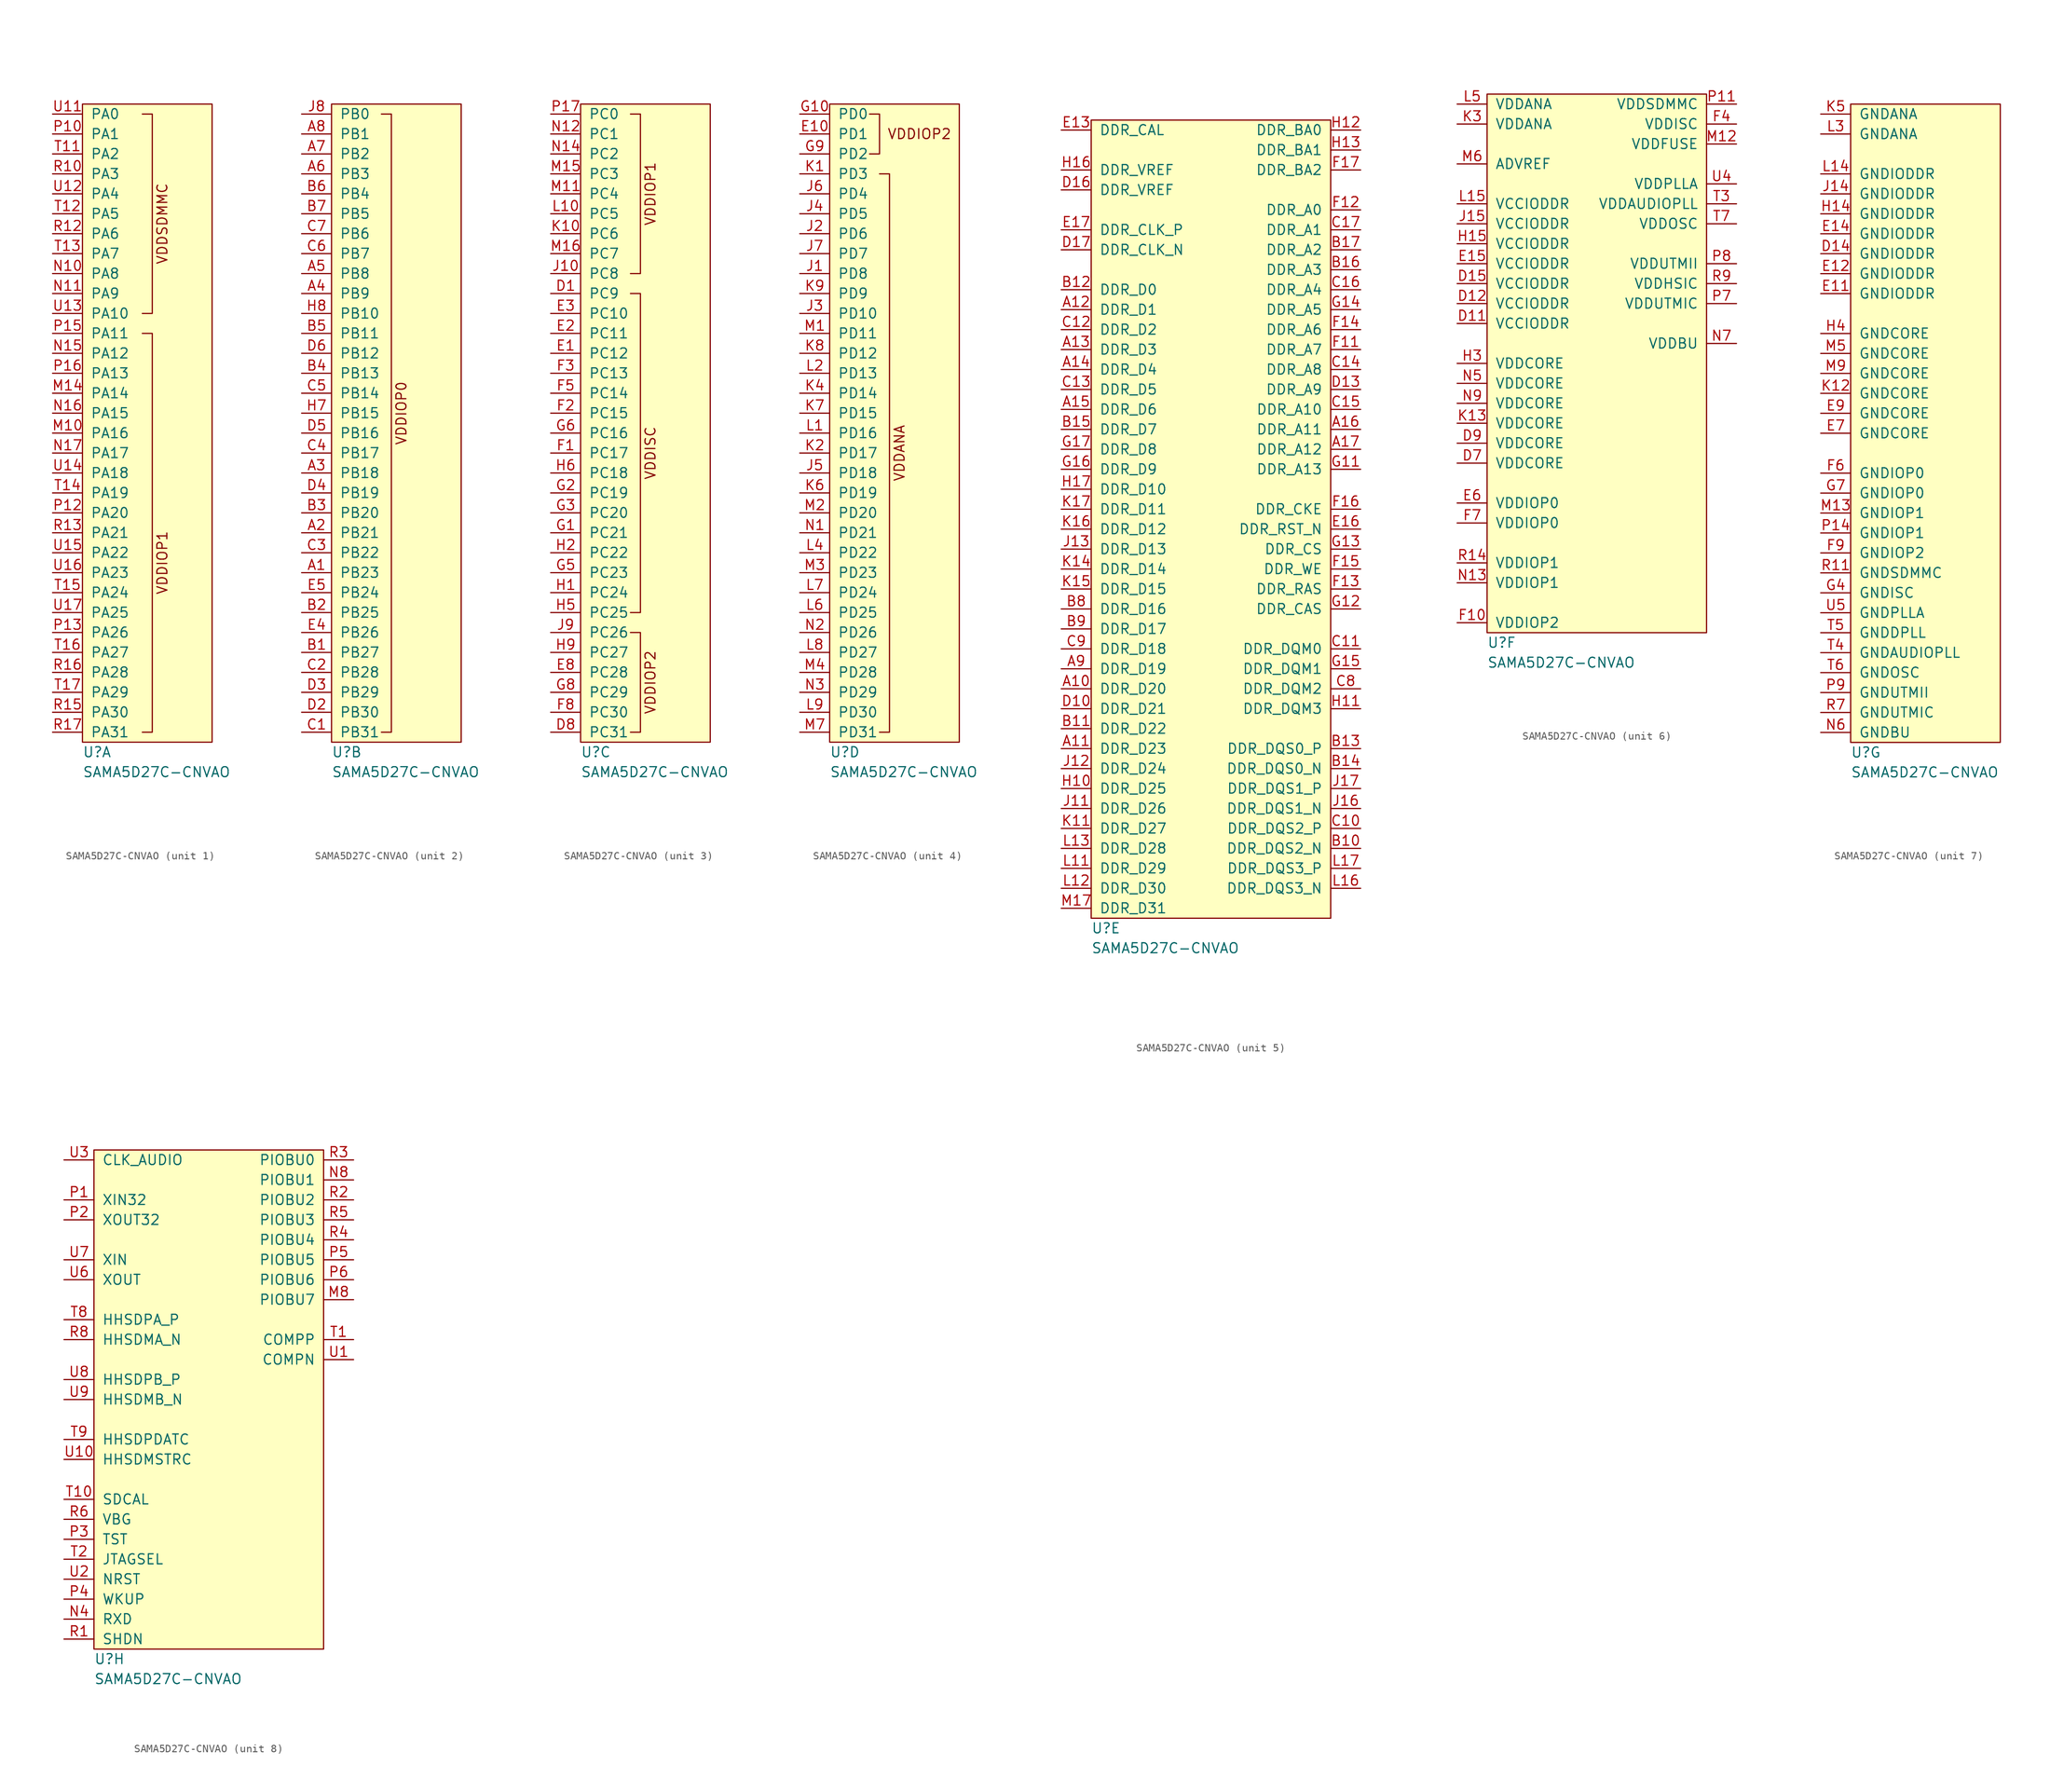
<source format=kicad_sym>
(kicad_symbol_lib
  (version 20211014)
  (generator kicad_symbol_editor)
  (symbol "SAMA5D27C-CNVAO"
    (pin_names
      (offset 1.016))
    (property "Reference" "U"
      (at 0 -1.27 0)
      (effects (font (size 1.27 1.27)) (justify left)))
    (property "Value" "SAMA5D27C-CNVAO"
      (at 0 -3.81 0)
      (effects (font (size 1.27 1.27)) (justify left)))
    (property "ki_locked" ""
      (at 0 0 0)
      (effects (font (size 1.27 1.27))))
    (symbol "SAMA5D27C-CNVAO_1_0"
      (polyline (pts (xy 7.62 52.07) (xy 8.89 52.07) (xy 8.89 1.27) (xy 7.62 1.27)) (stroke (width 0) (type default) (color 0 0 0 0)) (fill (type none)))
      (polyline (pts (xy 7.62 80.01) (xy 8.89 80.01) (xy 8.89 54.61) (xy 7.62 54.61)) (stroke (width 0) (type default) (color 0 0 0 0)) (fill (type none)))
      (text "VDDIOP1" (at 10.16 22.86 900) (effects (font (size 1.27 1.27))))
      (text "VDDSDMMC" (at 10.16 66.04 900) (effects (font (size 1.27 1.27)))))
    (symbol "SAMA5D27C-CNVAO_1_1"
      (rectangle (start 0 81.28) (end 16.51 0) (stroke (width 0) (type default) (color 0 0 0 0)) (fill (type background)))
      (pin bidirectional line (at -3.81 39.37 0) (length 3.81) (name "PA16" (effects (font (size 1.27 1.27)))) (number "M10" (effects (font (size 1.27 1.27)))))
      (pin bidirectional line (at -3.81 44.45 0) (length 3.81) (name "PA14" (effects (font (size 1.27 1.27)))) (number "M14" (effects (font (size 1.27 1.27)))))
      (pin bidirectional line (at -3.81 59.69 0) (length 3.81) (name "PA8" (effects (font (size 1.27 1.27)))) (number "N10" (effects (font (size 1.27 1.27)))))
      (pin bidirectional line (at -3.81 57.15 0) (length 3.81) (name "PA9" (effects (font (size 1.27 1.27)))) (number "N11" (effects (font (size 1.27 1.27)))))
      (pin bidirectional line (at -3.81 49.53 0) (length 3.81) (name "PA12" (effects (font (size 1.27 1.27)))) (number "N15" (effects (font (size 1.27 1.27)))))
      (pin bidirectional line (at -3.81 41.91 0) (length 3.81) (name "PA15" (effects (font (size 1.27 1.27)))) (number "N16" (effects (font (size 1.27 1.27)))))
      (pin bidirectional line (at -3.81 36.83 0) (length 3.81) (name "PA17" (effects (font (size 1.27 1.27)))) (number "N17" (effects (font (size 1.27 1.27)))))
      (pin bidirectional line (at -3.81 77.47 0) (length 3.81) (name "PA1" (effects (font (size 1.27 1.27)))) (number "P10" (effects (font (size 1.27 1.27)))))
      (pin bidirectional line (at -3.81 29.21 0) (length 3.81) (name "PA20" (effects (font (size 1.27 1.27)))) (number "P12" (effects (font (size 1.27 1.27)))))
      (pin bidirectional line (at -3.81 13.97 0) (length 3.81) (name "PA26" (effects (font (size 1.27 1.27)))) (number "P13" (effects (font (size 1.27 1.27)))))
      (pin bidirectional line (at -3.81 52.07 0) (length 3.81) (name "PA11" (effects (font (size 1.27 1.27)))) (number "P15" (effects (font (size 1.27 1.27)))))
      (pin bidirectional line (at -3.81 46.99 0) (length 3.81) (name "PA13" (effects (font (size 1.27 1.27)))) (number "P16" (effects (font (size 1.27 1.27)))))
      (pin bidirectional line (at -3.81 72.39 0) (length 3.81) (name "PA3" (effects (font (size 1.27 1.27)))) (number "R10" (effects (font (size 1.27 1.27)))))
      (pin bidirectional line (at -3.81 64.77 0) (length 3.81) (name "PA6" (effects (font (size 1.27 1.27)))) (number "R12" (effects (font (size 1.27 1.27)))))
      (pin bidirectional line (at -3.81 26.67 0) (length 3.81) (name "PA21" (effects (font (size 1.27 1.27)))) (number "R13" (effects (font (size 1.27 1.27)))))
      (pin bidirectional line (at -3.81 3.81 0) (length 3.81) (name "PA30" (effects (font (size 1.27 1.27)))) (number "R15" (effects (font (size 1.27 1.27)))))
      (pin bidirectional line (at -3.81 8.89 0) (length 3.81) (name "PA28" (effects (font (size 1.27 1.27)))) (number "R16" (effects (font (size 1.27 1.27)))))
      (pin bidirectional line (at -3.81 1.27 0) (length 3.81) (name "PA31" (effects (font (size 1.27 1.27)))) (number "R17" (effects (font (size 1.27 1.27)))))
      (pin bidirectional line (at -3.81 74.93 0) (length 3.81) (name "PA2" (effects (font (size 1.27 1.27)))) (number "T11" (effects (font (size 1.27 1.27)))))
      (pin bidirectional line (at -3.81 67.31 0) (length 3.81) (name "PA5" (effects (font (size 1.27 1.27)))) (number "T12" (effects (font (size 1.27 1.27)))))
      (pin bidirectional line (at -3.81 62.23 0) (length 3.81) (name "PA7" (effects (font (size 1.27 1.27)))) (number "T13" (effects (font (size 1.27 1.27)))))
      (pin bidirectional line (at -3.81 31.75 0) (length 3.81) (name "PA19" (effects (font (size 1.27 1.27)))) (number "T14" (effects (font (size 1.27 1.27)))))
      (pin bidirectional line (at -3.81 19.05 0) (length 3.81) (name "PA24" (effects (font (size 1.27 1.27)))) (number "T15" (effects (font (size 1.27 1.27)))))
      (pin bidirectional line (at -3.81 11.43 0) (length 3.81) (name "PA27" (effects (font (size 1.27 1.27)))) (number "T16" (effects (font (size 1.27 1.27)))))
      (pin bidirectional line (at -3.81 6.35 0) (length 3.81) (name "PA29" (effects (font (size 1.27 1.27)))) (number "T17" (effects (font (size 1.27 1.27)))))
      (pin bidirectional line (at -3.81 80.01 0) (length 3.81) (name "PA0" (effects (font (size 1.27 1.27)))) (number "U11" (effects (font (size 1.27 1.27)))))
      (pin bidirectional line (at -3.81 69.85 0) (length 3.81) (name "PA4" (effects (font (size 1.27 1.27)))) (number "U12" (effects (font (size 1.27 1.27)))))
      (pin bidirectional line (at -3.81 54.61 0) (length 3.81) (name "PA10" (effects (font (size 1.27 1.27)))) (number "U13" (effects (font (size 1.27 1.27)))))
      (pin bidirectional line (at -3.81 34.29 0) (length 3.81) (name "PA18" (effects (font (size 1.27 1.27)))) (number "U14" (effects (font (size 1.27 1.27)))))
      (pin bidirectional line (at -3.81 24.13 0) (length 3.81) (name "PA22" (effects (font (size 1.27 1.27)))) (number "U15" (effects (font (size 1.27 1.27)))))
      (pin bidirectional line (at -3.81 21.59 0) (length 3.81) (name "PA23" (effects (font (size 1.27 1.27)))) (number "U16" (effects (font (size 1.27 1.27)))))
      (pin bidirectional line (at -3.81 16.51 0) (length 3.81) (name "PA25" (effects (font (size 1.27 1.27)))) (number "U17" (effects (font (size 1.27 1.27))))))
    (symbol "SAMA5D27C-CNVAO_2_0"
      (polyline (pts (xy 6.35 80.01) (xy 7.62 80.01) (xy 7.62 1.27) (xy 6.35 1.27)) (stroke (width 0) (type default) (color 0 0 0 0)) (fill (type none)))
      (rectangle (start 16.51 0) (end 0 81.28) (stroke (width 0) (type default) (color 0 0 0 0)) (fill (type background)))
      (text "VDDIOP0" (at 8.89 41.91 900) (effects (font (size 1.27 1.27)))))
    (symbol "SAMA5D27C-CNVAO_2_1"
      (pin bidirectional line (at -3.81 21.59 0) (length 3.81) (name "PB23" (effects (font (size 1.27 1.27)))) (number "A1" (effects (font (size 1.27 1.27)))))
      (pin bidirectional line (at -3.81 26.67 0) (length 3.81) (name "PB21" (effects (font (size 1.27 1.27)))) (number "A2" (effects (font (size 1.27 1.27)))))
      (pin bidirectional line (at -3.81 34.29 0) (length 3.81) (name "PB18" (effects (font (size 1.27 1.27)))) (number "A3" (effects (font (size 1.27 1.27)))))
      (pin bidirectional line (at -3.81 57.15 0) (length 3.81) (name "PB9" (effects (font (size 1.27 1.27)))) (number "A4" (effects (font (size 1.27 1.27)))))
      (pin bidirectional line (at -3.81 59.69 0) (length 3.81) (name "PB8" (effects (font (size 1.27 1.27)))) (number "A5" (effects (font (size 1.27 1.27)))))
      (pin bidirectional line (at -3.81 72.39 0) (length 3.81) (name "PB3" (effects (font (size 1.27 1.27)))) (number "A6" (effects (font (size 1.27 1.27)))))
      (pin bidirectional line (at -3.81 74.93 0) (length 3.81) (name "PB2" (effects (font (size 1.27 1.27)))) (number "A7" (effects (font (size 1.27 1.27)))))
      (pin bidirectional line (at -3.81 77.47 0) (length 3.81) (name "PB1" (effects (font (size 1.27 1.27)))) (number "A8" (effects (font (size 1.27 1.27)))))
      (pin bidirectional line (at -3.81 11.43 0) (length 3.81) (name "PB27" (effects (font (size 1.27 1.27)))) (number "B1" (effects (font (size 1.27 1.27)))))
      (pin bidirectional line (at -3.81 16.51 0) (length 3.81) (name "PB25" (effects (font (size 1.27 1.27)))) (number "B2" (effects (font (size 1.27 1.27)))))
      (pin bidirectional line (at -3.81 29.21 0) (length 3.81) (name "PB20" (effects (font (size 1.27 1.27)))) (number "B3" (effects (font (size 1.27 1.27)))))
      (pin bidirectional line (at -3.81 46.99 0) (length 3.81) (name "PB13" (effects (font (size 1.27 1.27)))) (number "B4" (effects (font (size 1.27 1.27)))))
      (pin bidirectional line (at -3.81 52.07 0) (length 3.81) (name "PB11" (effects (font (size 1.27 1.27)))) (number "B5" (effects (font (size 1.27 1.27)))))
      (pin bidirectional line (at -3.81 69.85 0) (length 3.81) (name "PB4" (effects (font (size 1.27 1.27)))) (number "B6" (effects (font (size 1.27 1.27)))))
      (pin bidirectional line (at -3.81 67.31 0) (length 3.81) (name "PB5" (effects (font (size 1.27 1.27)))) (number "B7" (effects (font (size 1.27 1.27)))))
      (pin bidirectional line (at -3.81 1.27 0) (length 3.81) (name "PB31" (effects (font (size 1.27 1.27)))) (number "C1" (effects (font (size 1.27 1.27)))))
      (pin bidirectional line (at -3.81 8.89 0) (length 3.81) (name "PB28" (effects (font (size 1.27 1.27)))) (number "C2" (effects (font (size 1.27 1.27)))))
      (pin bidirectional line (at -3.81 24.13 0) (length 3.81) (name "PB22" (effects (font (size 1.27 1.27)))) (number "C3" (effects (font (size 1.27 1.27)))))
      (pin bidirectional line (at -3.81 36.83 0) (length 3.81) (name "PB17" (effects (font (size 1.27 1.27)))) (number "C4" (effects (font (size 1.27 1.27)))))
      (pin bidirectional line (at -3.81 44.45 0) (length 3.81) (name "PB14" (effects (font (size 1.27 1.27)))) (number "C5" (effects (font (size 1.27 1.27)))))
      (pin bidirectional line (at -3.81 62.23 0) (length 3.81) (name "PB7" (effects (font (size 1.27 1.27)))) (number "C6" (effects (font (size 1.27 1.27)))))
      (pin bidirectional line (at -3.81 64.77 0) (length 3.81) (name "PB6" (effects (font (size 1.27 1.27)))) (number "C7" (effects (font (size 1.27 1.27)))))
      (pin bidirectional line (at -3.81 3.81 0) (length 3.81) (name "PB30" (effects (font (size 1.27 1.27)))) (number "D2" (effects (font (size 1.27 1.27)))))
      (pin bidirectional line (at -3.81 6.35 0) (length 3.81) (name "PB29" (effects (font (size 1.27 1.27)))) (number "D3" (effects (font (size 1.27 1.27)))))
      (pin bidirectional line (at -3.81 31.75 0) (length 3.81) (name "PB19" (effects (font (size 1.27 1.27)))) (number "D4" (effects (font (size 1.27 1.27)))))
      (pin bidirectional line (at -3.81 39.37 0) (length 3.81) (name "PB16" (effects (font (size 1.27 1.27)))) (number "D5" (effects (font (size 1.27 1.27)))))
      (pin bidirectional line (at -3.81 49.53 0) (length 3.81) (name "PB12" (effects (font (size 1.27 1.27)))) (number "D6" (effects (font (size 1.27 1.27)))))
      (pin bidirectional line (at -3.81 13.97 0) (length 3.81) (name "PB26" (effects (font (size 1.27 1.27)))) (number "E4" (effects (font (size 1.27 1.27)))))
      (pin bidirectional line (at -3.81 19.05 0) (length 3.81) (name "PB24" (effects (font (size 1.27 1.27)))) (number "E5" (effects (font (size 1.27 1.27)))))
      (pin bidirectional line (at -3.81 41.91 0) (length 3.81) (name "PB15" (effects (font (size 1.27 1.27)))) (number "H7" (effects (font (size 1.27 1.27)))))
      (pin bidirectional line (at -3.81 54.61 0) (length 3.81) (name "PB10" (effects (font (size 1.27 1.27)))) (number "H8" (effects (font (size 1.27 1.27)))))
      (pin bidirectional line (at -3.81 80.01 0) (length 3.81) (name "PB0" (effects (font (size 1.27 1.27)))) (number "J8" (effects (font (size 1.27 1.27))))))
    (symbol "SAMA5D27C-CNVAO_3_0"
      (polyline (pts (xy 6.35 13.97) (xy 7.62 13.97) (xy 7.62 1.27) (xy 6.35 1.27)) (stroke (width 0) (type default) (color 0 0 0 0)) (fill (type none)))
      (polyline (pts (xy 6.35 57.15) (xy 7.62 57.15) (xy 7.62 16.51) (xy 6.35 16.51)) (stroke (width 0) (type default) (color 0 0 0 0)) (fill (type none)))
      (polyline (pts (xy 6.35 80.01) (xy 7.62 80.01) (xy 7.62 59.69) (xy 6.35 59.69)) (stroke (width 0) (type default) (color 0 0 0 0)) (fill (type none)))
      (rectangle (start 16.51 81.28) (end 0 0) (stroke (width 0) (type default) (color 0 0 0 0)) (fill (type background)))
      (text "VDDIOP1" (at 8.89 69.85 900) (effects (font (size 1.27 1.27))))
      (text "VDDIOP2" (at 8.89 7.62 900) (effects (font (size 1.27 1.27))))
      (text "VDDISC" (at 8.89 36.83 900) (effects (font (size 1.27 1.27)))))
    (symbol "SAMA5D27C-CNVAO_3_1"
      (pin bidirectional line (at -3.81 57.15 0) (length 3.81) (name "PC9" (effects (font (size 1.27 1.27)))) (number "D1" (effects (font (size 1.27 1.27)))))
      (pin bidirectional line (at -3.81 1.27 0) (length 3.81) (name "PC31" (effects (font (size 1.27 1.27)))) (number "D8" (effects (font (size 1.27 1.27)))))
      (pin bidirectional line (at -3.81 49.53 0) (length 3.81) (name "PC12" (effects (font (size 1.27 1.27)))) (number "E1" (effects (font (size 1.27 1.27)))))
      (pin bidirectional line (at -3.81 52.07 0) (length 3.81) (name "PC11" (effects (font (size 1.27 1.27)))) (number "E2" (effects (font (size 1.27 1.27)))))
      (pin bidirectional line (at -3.81 54.61 0) (length 3.81) (name "PC10" (effects (font (size 1.27 1.27)))) (number "E3" (effects (font (size 1.27 1.27)))))
      (pin bidirectional line (at -3.81 8.89 0) (length 3.81) (name "PC28" (effects (font (size 1.27 1.27)))) (number "E8" (effects (font (size 1.27 1.27)))))
      (pin bidirectional line (at -3.81 36.83 0) (length 3.81) (name "PC17" (effects (font (size 1.27 1.27)))) (number "F1" (effects (font (size 1.27 1.27)))))
      (pin bidirectional line (at -3.81 41.91 0) (length 3.81) (name "PC15" (effects (font (size 1.27 1.27)))) (number "F2" (effects (font (size 1.27 1.27)))))
      (pin bidirectional line (at -3.81 46.99 0) (length 3.81) (name "PC13" (effects (font (size 1.27 1.27)))) (number "F3" (effects (font (size 1.27 1.27)))))
      (pin bidirectional line (at -3.81 44.45 0) (length 3.81) (name "PC14" (effects (font (size 1.27 1.27)))) (number "F5" (effects (font (size 1.27 1.27)))))
      (pin bidirectional line (at -3.81 3.81 0) (length 3.81) (name "PC30" (effects (font (size 1.27 1.27)))) (number "F8" (effects (font (size 1.27 1.27)))))
      (pin bidirectional line (at -3.81 26.67 0) (length 3.81) (name "PC21" (effects (font (size 1.27 1.27)))) (number "G1" (effects (font (size 1.27 1.27)))))
      (pin bidirectional line (at -3.81 31.75 0) (length 3.81) (name "PC19" (effects (font (size 1.27 1.27)))) (number "G2" (effects (font (size 1.27 1.27)))))
      (pin bidirectional line (at -3.81 29.21 0) (length 3.81) (name "PC20" (effects (font (size 1.27 1.27)))) (number "G3" (effects (font (size 1.27 1.27)))))
      (pin bidirectional line (at -3.81 21.59 0) (length 3.81) (name "PC23" (effects (font (size 1.27 1.27)))) (number "G5" (effects (font (size 1.27 1.27)))))
      (pin bidirectional line (at -3.81 39.37 0) (length 3.81) (name "PC16" (effects (font (size 1.27 1.27)))) (number "G6" (effects (font (size 1.27 1.27)))))
      (pin bidirectional line (at -3.81 6.35 0) (length 3.81) (name "PC29" (effects (font (size 1.27 1.27)))) (number "G8" (effects (font (size 1.27 1.27)))))
      (pin bidirectional line (at -3.81 19.05 0) (length 3.81) (name "PC24" (effects (font (size 1.27 1.27)))) (number "H1" (effects (font (size 1.27 1.27)))))
      (pin bidirectional line (at -3.81 24.13 0) (length 3.81) (name "PC22" (effects (font (size 1.27 1.27)))) (number "H2" (effects (font (size 1.27 1.27)))))
      (pin bidirectional line (at -3.81 16.51 0) (length 3.81) (name "PC25" (effects (font (size 1.27 1.27)))) (number "H5" (effects (font (size 1.27 1.27)))))
      (pin bidirectional line (at -3.81 34.29 0) (length 3.81) (name "PC18" (effects (font (size 1.27 1.27)))) (number "H6" (effects (font (size 1.27 1.27)))))
      (pin bidirectional line (at -3.81 11.43 0) (length 3.81) (name "PC27" (effects (font (size 1.27 1.27)))) (number "H9" (effects (font (size 1.27 1.27)))))
      (pin bidirectional line (at -3.81 59.69 0) (length 3.81) (name "PC8" (effects (font (size 1.27 1.27)))) (number "J10" (effects (font (size 1.27 1.27)))))
      (pin bidirectional line (at -3.81 13.97 0) (length 3.81) (name "PC26" (effects (font (size 1.27 1.27)))) (number "J9" (effects (font (size 1.27 1.27)))))
      (pin bidirectional line (at -3.81 64.77 0) (length 3.81) (name "PC6" (effects (font (size 1.27 1.27)))) (number "K10" (effects (font (size 1.27 1.27)))))
      (pin bidirectional line (at -3.81 67.31 0) (length 3.81) (name "PC5" (effects (font (size 1.27 1.27)))) (number "L10" (effects (font (size 1.27 1.27)))))
      (pin bidirectional line (at -3.81 69.85 0) (length 3.81) (name "PC4" (effects (font (size 1.27 1.27)))) (number "M11" (effects (font (size 1.27 1.27)))))
      (pin bidirectional line (at -3.81 72.39 0) (length 3.81) (name "PC3" (effects (font (size 1.27 1.27)))) (number "M15" (effects (font (size 1.27 1.27)))))
      (pin bidirectional line (at -3.81 62.23 0) (length 3.81) (name "PC7" (effects (font (size 1.27 1.27)))) (number "M16" (effects (font (size 1.27 1.27)))))
      (pin bidirectional line (at -3.81 77.47 0) (length 3.81) (name "PC1" (effects (font (size 1.27 1.27)))) (number "N12" (effects (font (size 1.27 1.27)))))
      (pin bidirectional line (at -3.81 74.93 0) (length 3.81) (name "PC2" (effects (font (size 1.27 1.27)))) (number "N14" (effects (font (size 1.27 1.27)))))
      (pin bidirectional line (at -3.81 80.01 0) (length 3.81) (name "PC0" (effects (font (size 1.27 1.27)))) (number "P17" (effects (font (size 1.27 1.27))))))
    (symbol "SAMA5D27C-CNVAO_4_0"
      (polyline (pts (xy 5.08 80.01) (xy 6.35 80.01) (xy 6.35 74.93) (xy 5.08 74.93)) (stroke (width 0) (type default) (color 0 0 0 0)) (fill (type none)))
      (polyline (pts (xy 6.35 1.27) (xy 7.62 1.27) (xy 7.62 72.39) (xy 6.35 72.39)) (stroke (width 0) (type default) (color 0 0 0 0)) (fill (type none)))
      (rectangle (start 16.51 81.28) (end 0 0) (stroke (width 0) (type default) (color 0 0 0 0)) (fill (type background)))
      (text "VDDANA" (at 8.89 36.83 900) (effects (font (size 1.27 1.27))))
      (text "VDDIOP2" (at 11.43 77.47 0) (effects (font (size 1.27 1.27)))))
    (symbol "SAMA5D27C-CNVAO_4_1"
      (pin bidirectional line (at -3.81 77.47 0) (length 3.81) (name "PD1" (effects (font (size 1.27 1.27)))) (number "E10" (effects (font (size 1.27 1.27)))))
      (pin bidirectional line (at -3.81 80.01 0) (length 3.81) (name "PD0" (effects (font (size 1.27 1.27)))) (number "G10" (effects (font (size 1.27 1.27)))))
      (pin bidirectional line (at -3.81 74.93 0) (length 3.81) (name "PD2" (effects (font (size 1.27 1.27)))) (number "G9" (effects (font (size 1.27 1.27)))))
      (pin bidirectional line (at -3.81 59.69 0) (length 3.81) (name "PD8" (effects (font (size 1.27 1.27)))) (number "J1" (effects (font (size 1.27 1.27)))))
      (pin bidirectional line (at -3.81 64.77 0) (length 3.81) (name "PD6" (effects (font (size 1.27 1.27)))) (number "J2" (effects (font (size 1.27 1.27)))))
      (pin bidirectional line (at -3.81 54.61 0) (length 3.81) (name "PD10" (effects (font (size 1.27 1.27)))) (number "J3" (effects (font (size 1.27 1.27)))))
      (pin bidirectional line (at -3.81 67.31 0) (length 3.81) (name "PD5" (effects (font (size 1.27 1.27)))) (number "J4" (effects (font (size 1.27 1.27)))))
      (pin bidirectional line (at -3.81 34.29 0) (length 3.81) (name "PD18" (effects (font (size 1.27 1.27)))) (number "J5" (effects (font (size 1.27 1.27)))))
      (pin bidirectional line (at -3.81 69.85 0) (length 3.81) (name "PD4" (effects (font (size 1.27 1.27)))) (number "J6" (effects (font (size 1.27 1.27)))))
      (pin bidirectional line (at -3.81 62.23 0) (length 3.81) (name "PD7" (effects (font (size 1.27 1.27)))) (number "J7" (effects (font (size 1.27 1.27)))))
      (pin bidirectional line (at -3.81 72.39 0) (length 3.81) (name "PD3" (effects (font (size 1.27 1.27)))) (number "K1" (effects (font (size 1.27 1.27)))))
      (pin bidirectional line (at -3.81 36.83 0) (length 3.81) (name "PD17" (effects (font (size 1.27 1.27)))) (number "K2" (effects (font (size 1.27 1.27)))))
      (pin bidirectional line (at -3.81 44.45 0) (length 3.81) (name "PD14" (effects (font (size 1.27 1.27)))) (number "K4" (effects (font (size 1.27 1.27)))))
      (pin bidirectional line (at -3.81 31.75 0) (length 3.81) (name "PD19" (effects (font (size 1.27 1.27)))) (number "K6" (effects (font (size 1.27 1.27)))))
      (pin bidirectional line (at -3.81 41.91 0) (length 3.81) (name "PD15" (effects (font (size 1.27 1.27)))) (number "K7" (effects (font (size 1.27 1.27)))))
      (pin bidirectional line (at -3.81 49.53 0) (length 3.81) (name "PD12" (effects (font (size 1.27 1.27)))) (number "K8" (effects (font (size 1.27 1.27)))))
      (pin bidirectional line (at -3.81 57.15 0) (length 3.81) (name "PD9" (effects (font (size 1.27 1.27)))) (number "K9" (effects (font (size 1.27 1.27)))))
      (pin bidirectional line (at -3.81 39.37 0) (length 3.81) (name "PD16" (effects (font (size 1.27 1.27)))) (number "L1" (effects (font (size 1.27 1.27)))))
      (pin bidirectional line (at -3.81 46.99 0) (length 3.81) (name "PD13" (effects (font (size 1.27 1.27)))) (number "L2" (effects (font (size 1.27 1.27)))))
      (pin bidirectional line (at -3.81 24.13 0) (length 3.81) (name "PD22" (effects (font (size 1.27 1.27)))) (number "L4" (effects (font (size 1.27 1.27)))))
      (pin bidirectional line (at -3.81 16.51 0) (length 3.81) (name "PD25" (effects (font (size 1.27 1.27)))) (number "L6" (effects (font (size 1.27 1.27)))))
      (pin bidirectional line (at -3.81 19.05 0) (length 3.81) (name "PD24" (effects (font (size 1.27 1.27)))) (number "L7" (effects (font (size 1.27 1.27)))))
      (pin bidirectional line (at -3.81 11.43 0) (length 3.81) (name "PD27" (effects (font (size 1.27 1.27)))) (number "L8" (effects (font (size 1.27 1.27)))))
      (pin bidirectional line (at -3.81 3.81 0) (length 3.81) (name "PD30" (effects (font (size 1.27 1.27)))) (number "L9" (effects (font (size 1.27 1.27)))))
      (pin bidirectional line (at -3.81 52.07 0) (length 3.81) (name "PD11" (effects (font (size 1.27 1.27)))) (number "M1" (effects (font (size 1.27 1.27)))))
      (pin bidirectional line (at -3.81 29.21 0) (length 3.81) (name "PD20" (effects (font (size 1.27 1.27)))) (number "M2" (effects (font (size 1.27 1.27)))))
      (pin bidirectional line (at -3.81 21.59 0) (length 3.81) (name "PD23" (effects (font (size 1.27 1.27)))) (number "M3" (effects (font (size 1.27 1.27)))))
      (pin bidirectional line (at -3.81 8.89 0) (length 3.81) (name "PD28" (effects (font (size 1.27 1.27)))) (number "M4" (effects (font (size 1.27 1.27)))))
      (pin bidirectional line (at -3.81 1.27 0) (length 3.81) (name "PD31" (effects (font (size 1.27 1.27)))) (number "M7" (effects (font (size 1.27 1.27)))))
      (pin bidirectional line (at -3.81 26.67 0) (length 3.81) (name "PD21" (effects (font (size 1.27 1.27)))) (number "N1" (effects (font (size 1.27 1.27)))))
      (pin bidirectional line (at -3.81 13.97 0) (length 3.81) (name "PD26" (effects (font (size 1.27 1.27)))) (number "N2" (effects (font (size 1.27 1.27)))))
      (pin bidirectional line (at -3.81 6.35 0) (length 3.81) (name "PD29" (effects (font (size 1.27 1.27)))) (number "N3" (effects (font (size 1.27 1.27))))))
    (symbol "SAMA5D27C-CNVAO_5_0"
      (rectangle (start 0 101.6) (end 30.48 0) (stroke (width 0) (type default) (color 0 0 0 0)) (fill (type background))))
    (symbol "SAMA5D27C-CNVAO_5_1"
      (pin bidirectional line (at -3.81 29.21 0) (length 3.81) (name "DDR_D20" (effects (font (size 1.27 1.27)))) (number "A10" (effects (font (size 1.27 1.27)))))
      (pin bidirectional line (at -3.81 21.59 0) (length 3.81) (name "DDR_D23" (effects (font (size 1.27 1.27)))) (number "A11" (effects (font (size 1.27 1.27)))))
      (pin bidirectional line (at -3.81 77.47 0) (length 3.81) (name "DDR_D1" (effects (font (size 1.27 1.27)))) (number "A12" (effects (font (size 1.27 1.27)))))
      (pin bidirectional line (at -3.81 72.39 0) (length 3.81) (name "DDR_D3" (effects (font (size 1.27 1.27)))) (number "A13" (effects (font (size 1.27 1.27)))))
      (pin bidirectional line (at -3.81 69.85 0) (length 3.81) (name "DDR_D4" (effects (font (size 1.27 1.27)))) (number "A14" (effects (font (size 1.27 1.27)))))
      (pin bidirectional line (at -3.81 64.77 0) (length 3.81) (name "DDR_D6" (effects (font (size 1.27 1.27)))) (number "A15" (effects (font (size 1.27 1.27)))))
      (pin output line (at 34.29 62.23 180) (length 3.81) (name "DDR_A11" (effects (font (size 1.27 1.27)))) (number "A16" (effects (font (size 1.27 1.27)))))
      (pin output line (at 34.29 59.69 180) (length 3.81) (name "DDR_A12" (effects (font (size 1.27 1.27)))) (number "A17" (effects (font (size 1.27 1.27)))))
      (pin bidirectional line (at -3.81 31.75 0) (length 3.81) (name "DDR_D19" (effects (font (size 1.27 1.27)))) (number "A9" (effects (font (size 1.27 1.27)))))
      (pin bidirectional line (at 34.29 8.89 180) (length 3.81) (name "DDR_DQS2_N" (effects (font (size 1.27 1.27)))) (number "B10" (effects (font (size 1.27 1.27)))))
      (pin bidirectional line (at -3.81 24.13 0) (length 3.81) (name "DDR_D22" (effects (font (size 1.27 1.27)))) (number "B11" (effects (font (size 1.27 1.27)))))
      (pin bidirectional line (at -3.81 80.01 0) (length 3.81) (name "DDR_D0" (effects (font (size 1.27 1.27)))) (number "B12" (effects (font (size 1.27 1.27)))))
      (pin bidirectional line (at 34.29 21.59 180) (length 3.81) (name "DDR_DQS0_P" (effects (font (size 1.27 1.27)))) (number "B13" (effects (font (size 1.27 1.27)))))
      (pin bidirectional line (at 34.29 19.05 180) (length 3.81) (name "DDR_DQS0_N" (effects (font (size 1.27 1.27)))) (number "B14" (effects (font (size 1.27 1.27)))))
      (pin bidirectional line (at -3.81 62.23 0) (length 3.81) (name "DDR_D7" (effects (font (size 1.27 1.27)))) (number "B15" (effects (font (size 1.27 1.27)))))
      (pin output line (at 34.29 82.55 180) (length 3.81) (name "DDR_A3" (effects (font (size 1.27 1.27)))) (number "B16" (effects (font (size 1.27 1.27)))))
      (pin output line (at 34.29 85.09 180) (length 3.81) (name "DDR_A2" (effects (font (size 1.27 1.27)))) (number "B17" (effects (font (size 1.27 1.27)))))
      (pin bidirectional line (at -3.81 39.37 0) (length 3.81) (name "DDR_D16" (effects (font (size 1.27 1.27)))) (number "B8" (effects (font (size 1.27 1.27)))))
      (pin bidirectional line (at -3.81 36.83 0) (length 3.81) (name "DDR_D17" (effects (font (size 1.27 1.27)))) (number "B9" (effects (font (size 1.27 1.27)))))
      (pin bidirectional line (at 34.29 11.43 180) (length 3.81) (name "DDR_DQS2_P" (effects (font (size 1.27 1.27)))) (number "C10" (effects (font (size 1.27 1.27)))))
      (pin output line (at 34.29 34.29 180) (length 3.81) (name "DDR_DQM0" (effects (font (size 1.27 1.27)))) (number "C11" (effects (font (size 1.27 1.27)))))
      (pin bidirectional line (at -3.81 74.93 0) (length 3.81) (name "DDR_D2" (effects (font (size 1.27 1.27)))) (number "C12" (effects (font (size 1.27 1.27)))))
      (pin bidirectional line (at -3.81 67.31 0) (length 3.81) (name "DDR_D5" (effects (font (size 1.27 1.27)))) (number "C13" (effects (font (size 1.27 1.27)))))
      (pin output line (at 34.29 69.85 180) (length 3.81) (name "DDR_A8" (effects (font (size 1.27 1.27)))) (number "C14" (effects (font (size 1.27 1.27)))))
      (pin output line (at 34.29 64.77 180) (length 3.81) (name "DDR_A10" (effects (font (size 1.27 1.27)))) (number "C15" (effects (font (size 1.27 1.27)))))
      (pin output line (at 34.29 80.01 180) (length 3.81) (name "DDR_A4" (effects (font (size 1.27 1.27)))) (number "C16" (effects (font (size 1.27 1.27)))))
      (pin output line (at 34.29 87.63 180) (length 3.81) (name "DDR_A1" (effects (font (size 1.27 1.27)))) (number "C17" (effects (font (size 1.27 1.27)))))
      (pin output line (at 34.29 29.21 180) (length 3.81) (name "DDR_DQM2" (effects (font (size 1.27 1.27)))) (number "C8" (effects (font (size 1.27 1.27)))))
      (pin bidirectional line (at -3.81 34.29 0) (length 3.81) (name "DDR_D18" (effects (font (size 1.27 1.27)))) (number "C9" (effects (font (size 1.27 1.27)))))
      (pin bidirectional line (at -3.81 26.67 0) (length 3.81) (name "DDR_D21" (effects (font (size 1.27 1.27)))) (number "D10" (effects (font (size 1.27 1.27)))))
      (pin output line (at 34.29 67.31 180) (length 3.81) (name "DDR_A9" (effects (font (size 1.27 1.27)))) (number "D13" (effects (font (size 1.27 1.27)))))
      (pin input line (at -3.81 92.71 0) (length 3.81) (name "DDR_VREF" (effects (font (size 1.27 1.27)))) (number "D16" (effects (font (size 1.27 1.27)))))
      (pin output line (at -3.81 85.09 0) (length 3.81) (name "DDR_CLK_N" (effects (font (size 1.27 1.27)))) (number "D17" (effects (font (size 1.27 1.27)))))
      (pin passive line (at -3.81 100.33 0) (length 3.81) (name "DDR_CAL" (effects (font (size 1.27 1.27)))) (number "E13" (effects (font (size 1.27 1.27)))))
      (pin output line (at 34.29 49.53 180) (length 3.81) (name "DDR_RST_N" (effects (font (size 1.27 1.27)))) (number "E16" (effects (font (size 1.27 1.27)))))
      (pin output line (at -3.81 87.63 0) (length 3.81) (name "DDR_CLK_P" (effects (font (size 1.27 1.27)))) (number "E17" (effects (font (size 1.27 1.27)))))
      (pin output line (at 34.29 72.39 180) (length 3.81) (name "DDR_A7" (effects (font (size 1.27 1.27)))) (number "F11" (effects (font (size 1.27 1.27)))))
      (pin output line (at 34.29 90.17 180) (length 3.81) (name "DDR_A0" (effects (font (size 1.27 1.27)))) (number "F12" (effects (font (size 1.27 1.27)))))
      (pin output line (at 34.29 41.91 180) (length 3.81) (name "DDR_RAS" (effects (font (size 1.27 1.27)))) (number "F13" (effects (font (size 1.27 1.27)))))
      (pin output line (at 34.29 74.93 180) (length 3.81) (name "DDR_A6" (effects (font (size 1.27 1.27)))) (number "F14" (effects (font (size 1.27 1.27)))))
      (pin output line (at 34.29 44.45 180) (length 3.81) (name "DDR_WE" (effects (font (size 1.27 1.27)))) (number "F15" (effects (font (size 1.27 1.27)))))
      (pin output line (at 34.29 52.07 180) (length 3.81) (name "DDR_CKE" (effects (font (size 1.27 1.27)))) (number "F16" (effects (font (size 1.27 1.27)))))
      (pin output line (at 34.29 95.25 180) (length 3.81) (name "DDR_BA2" (effects (font (size 1.27 1.27)))) (number "F17" (effects (font (size 1.27 1.27)))))
      (pin output line (at 34.29 57.15 180) (length 3.81) (name "DDR_A13" (effects (font (size 1.27 1.27)))) (number "G11" (effects (font (size 1.27 1.27)))))
      (pin output line (at 34.29 39.37 180) (length 3.81) (name "DDR_CAS" (effects (font (size 1.27 1.27)))) (number "G12" (effects (font (size 1.27 1.27)))))
      (pin output line (at 34.29 46.99 180) (length 3.81) (name "DDR_CS" (effects (font (size 1.27 1.27)))) (number "G13" (effects (font (size 1.27 1.27)))))
      (pin output line (at 34.29 77.47 180) (length 3.81) (name "DDR_A5" (effects (font (size 1.27 1.27)))) (number "G14" (effects (font (size 1.27 1.27)))))
      (pin output line (at 34.29 31.75 180) (length 3.81) (name "DDR_DQM1" (effects (font (size 1.27 1.27)))) (number "G15" (effects (font (size 1.27 1.27)))))
      (pin bidirectional line (at -3.81 57.15 0) (length 3.81) (name "DDR_D9" (effects (font (size 1.27 1.27)))) (number "G16" (effects (font (size 1.27 1.27)))))
      (pin bidirectional line (at -3.81 59.69 0) (length 3.81) (name "DDR_D8" (effects (font (size 1.27 1.27)))) (number "G17" (effects (font (size 1.27 1.27)))))
      (pin bidirectional line (at -3.81 16.51 0) (length 3.81) (name "DDR_D25" (effects (font (size 1.27 1.27)))) (number "H10" (effects (font (size 1.27 1.27)))))
      (pin output line (at 34.29 26.67 180) (length 3.81) (name "DDR_DQM3" (effects (font (size 1.27 1.27)))) (number "H11" (effects (font (size 1.27 1.27)))))
      (pin output line (at 34.29 100.33 180) (length 3.81) (name "DDR_BA0" (effects (font (size 1.27 1.27)))) (number "H12" (effects (font (size 1.27 1.27)))))
      (pin output line (at 34.29 97.79 180) (length 3.81) (name "DDR_BA1" (effects (font (size 1.27 1.27)))) (number "H13" (effects (font (size 1.27 1.27)))))
      (pin input line (at -3.81 95.25 0) (length 3.81) (name "DDR_VREF" (effects (font (size 1.27 1.27)))) (number "H16" (effects (font (size 1.27 1.27)))))
      (pin bidirectional line (at -3.81 54.61 0) (length 3.81) (name "DDR_D10" (effects (font (size 1.27 1.27)))) (number "H17" (effects (font (size 1.27 1.27)))))
      (pin bidirectional line (at -3.81 13.97 0) (length 3.81) (name "DDR_D26" (effects (font (size 1.27 1.27)))) (number "J11" (effects (font (size 1.27 1.27)))))
      (pin bidirectional line (at -3.81 19.05 0) (length 3.81) (name "DDR_D24" (effects (font (size 1.27 1.27)))) (number "J12" (effects (font (size 1.27 1.27)))))
      (pin bidirectional line (at -3.81 46.99 0) (length 3.81) (name "DDR_D13" (effects (font (size 1.27 1.27)))) (number "J13" (effects (font (size 1.27 1.27)))))
      (pin bidirectional line (at 34.29 13.97 180) (length 3.81) (name "DDR_DQS1_N" (effects (font (size 1.27 1.27)))) (number "J16" (effects (font (size 1.27 1.27)))))
      (pin bidirectional line (at 34.29 16.51 180) (length 3.81) (name "DDR_DQS1_P" (effects (font (size 1.27 1.27)))) (number "J17" (effects (font (size 1.27 1.27)))))
      (pin bidirectional line (at -3.81 11.43 0) (length 3.81) (name "DDR_D27" (effects (font (size 1.27 1.27)))) (number "K11" (effects (font (size 1.27 1.27)))))
      (pin bidirectional line (at -3.81 44.45 0) (length 3.81) (name "DDR_D14" (effects (font (size 1.27 1.27)))) (number "K14" (effects (font (size 1.27 1.27)))))
      (pin bidirectional line (at -3.81 41.91 0) (length 3.81) (name "DDR_D15" (effects (font (size 1.27 1.27)))) (number "K15" (effects (font (size 1.27 1.27)))))
      (pin bidirectional line (at -3.81 49.53 0) (length 3.81) (name "DDR_D12" (effects (font (size 1.27 1.27)))) (number "K16" (effects (font (size 1.27 1.27)))))
      (pin bidirectional line (at -3.81 52.07 0) (length 3.81) (name "DDR_D11" (effects (font (size 1.27 1.27)))) (number "K17" (effects (font (size 1.27 1.27)))))
      (pin bidirectional line (at -3.81 6.35 0) (length 3.81) (name "DDR_D29" (effects (font (size 1.27 1.27)))) (number "L11" (effects (font (size 1.27 1.27)))))
      (pin bidirectional line (at -3.81 3.81 0) (length 3.81) (name "DDR_D30" (effects (font (size 1.27 1.27)))) (number "L12" (effects (font (size 1.27 1.27)))))
      (pin bidirectional line (at -3.81 8.89 0) (length 3.81) (name "DDR_D28" (effects (font (size 1.27 1.27)))) (number "L13" (effects (font (size 1.27 1.27)))))
      (pin bidirectional line (at 34.29 3.81 180) (length 3.81) (name "DDR_DQS3_N" (effects (font (size 1.27 1.27)))) (number "L16" (effects (font (size 1.27 1.27)))))
      (pin bidirectional line (at 34.29 6.35 180) (length 3.81) (name "DDR_DQS3_P" (effects (font (size 1.27 1.27)))) (number "L17" (effects (font (size 1.27 1.27)))))
      (pin bidirectional line (at -3.81 1.27 0) (length 3.81) (name "DDR_D31" (effects (font (size 1.27 1.27)))) (number "M17" (effects (font (size 1.27 1.27))))))
    (symbol "SAMA5D27C-CNVAO_6_0"
      (rectangle (start 0 68.58) (end 27.94 0) (stroke (width 0) (type default) (color 0 0 0 0)) (fill (type background))))
    (symbol "SAMA5D27C-CNVAO_6_1"
      (pin power_in line (at -3.81 39.37 0) (length 3.81) (name "VCCIODDR" (effects (font (size 1.27 1.27)))) (number "D11" (effects (font (size 1.27 1.27)))))
      (pin power_in line (at -3.81 41.91 0) (length 3.81) (name "VCCIODDR" (effects (font (size 1.27 1.27)))) (number "D12" (effects (font (size 1.27 1.27)))))
      (pin power_in line (at -3.81 44.45 0) (length 3.81) (name "VCCIODDR" (effects (font (size 1.27 1.27)))) (number "D15" (effects (font (size 1.27 1.27)))))
      (pin power_in line (at -3.81 21.59 0) (length 3.81) (name "VDDCORE" (effects (font (size 1.27 1.27)))) (number "D7" (effects (font (size 1.27 1.27)))))
      (pin power_in line (at -3.81 24.13 0) (length 3.81) (name "VDDCORE" (effects (font (size 1.27 1.27)))) (number "D9" (effects (font (size 1.27 1.27)))))
      (pin power_in line (at -3.81 46.99 0) (length 3.81) (name "VCCIODDR" (effects (font (size 1.27 1.27)))) (number "E15" (effects (font (size 1.27 1.27)))))
      (pin power_in line (at -3.81 16.51 0) (length 3.81) (name "VDDIOP0" (effects (font (size 1.27 1.27)))) (number "E6" (effects (font (size 1.27 1.27)))))
      (pin power_in line (at -3.81 1.27 0) (length 3.81) (name "VDDIOP2" (effects (font (size 1.27 1.27)))) (number "F10" (effects (font (size 1.27 1.27)))))
      (pin power_in line (at 31.75 64.77 180) (length 3.81) (name "VDDISC" (effects (font (size 1.27 1.27)))) (number "F4" (effects (font (size 1.27 1.27)))))
      (pin power_in line (at -3.81 13.97 0) (length 3.81) (name "VDDIOP0" (effects (font (size 1.27 1.27)))) (number "F7" (effects (font (size 1.27 1.27)))))
      (pin power_in line (at -3.81 49.53 0) (length 3.81) (name "VCCIODDR" (effects (font (size 1.27 1.27)))) (number "H15" (effects (font (size 1.27 1.27)))))
      (pin power_in line (at -3.81 34.29 0) (length 3.81) (name "VDDCORE" (effects (font (size 1.27 1.27)))) (number "H3" (effects (font (size 1.27 1.27)))))
      (pin power_in line (at -3.81 52.07 0) (length 3.81) (name "VCCIODDR" (effects (font (size 1.27 1.27)))) (number "J15" (effects (font (size 1.27 1.27)))))
      (pin power_in line (at -3.81 26.67 0) (length 3.81) (name "VDDCORE" (effects (font (size 1.27 1.27)))) (number "K13" (effects (font (size 1.27 1.27)))))
      (pin power_in line (at -3.81 64.77 0) (length 3.81) (name "VDDANA" (effects (font (size 1.27 1.27)))) (number "K3" (effects (font (size 1.27 1.27)))))
      (pin power_in line (at -3.81 54.61 0) (length 3.81) (name "VCCIODDR" (effects (font (size 1.27 1.27)))) (number "L15" (effects (font (size 1.27 1.27)))))
      (pin power_in line (at -3.81 67.31 0) (length 3.81) (name "VDDANA" (effects (font (size 1.27 1.27)))) (number "L5" (effects (font (size 1.27 1.27)))))
      (pin power_in line (at 31.75 62.23 180) (length 3.81) (name "VDDFUSE" (effects (font (size 1.27 1.27)))) (number "M12" (effects (font (size 1.27 1.27)))))
      (pin input line (at -3.81 59.69 0) (length 3.81) (name "ADVREF" (effects (font (size 1.27 1.27)))) (number "M6" (effects (font (size 1.27 1.27)))))
      (pin power_in line (at -3.81 6.35 0) (length 3.81) (name "VDDIOP1" (effects (font (size 1.27 1.27)))) (number "N13" (effects (font (size 1.27 1.27)))))
      (pin power_in line (at -3.81 31.75 0) (length 3.81) (name "VDDCORE" (effects (font (size 1.27 1.27)))) (number "N5" (effects (font (size 1.27 1.27)))))
      (pin power_in line (at 31.75 36.83 180) (length 3.81) (name "VDDBU" (effects (font (size 1.27 1.27)))) (number "N7" (effects (font (size 1.27 1.27)))))
      (pin power_in line (at -3.81 29.21 0) (length 3.81) (name "VDDCORE" (effects (font (size 1.27 1.27)))) (number "N9" (effects (font (size 1.27 1.27)))))
      (pin power_in line (at 31.75 67.31 180) (length 3.81) (name "VDDSDMMC" (effects (font (size 1.27 1.27)))) (number "P11" (effects (font (size 1.27 1.27)))))
      (pin power_in line (at 31.75 41.91 180) (length 3.81) (name "VDDUTMIC" (effects (font (size 1.27 1.27)))) (number "P7" (effects (font (size 1.27 1.27)))))
      (pin power_in line (at 31.75 46.99 180) (length 3.81) (name "VDDUTMII" (effects (font (size 1.27 1.27)))) (number "P8" (effects (font (size 1.27 1.27)))))
      (pin power_in line (at -3.81 8.89 0) (length 3.81) (name "VDDIOP1" (effects (font (size 1.27 1.27)))) (number "R14" (effects (font (size 1.27 1.27)))))
      (pin power_in line (at 31.75 44.45 180) (length 3.81) (name "VDDHSIC" (effects (font (size 1.27 1.27)))) (number "R9" (effects (font (size 1.27 1.27)))))
      (pin power_in line (at 31.75 54.61 180) (length 3.81) (name "VDDAUDIOPLL" (effects (font (size 1.27 1.27)))) (number "T3" (effects (font (size 1.27 1.27)))))
      (pin power_in line (at 31.75 52.07 180) (length 3.81) (name "VDDOSC" (effects (font (size 1.27 1.27)))) (number "T7" (effects (font (size 1.27 1.27)))))
      (pin power_in line (at 31.75 57.15 180) (length 3.81) (name "VDDPLLA" (effects (font (size 1.27 1.27)))) (number "U4" (effects (font (size 1.27 1.27))))))
    (symbol "SAMA5D27C-CNVAO_7_0"
      (rectangle (start 0 81.28) (end 19.05 0) (stroke (width 0) (type default) (color 0 0 0 0)) (fill (type background))))
    (symbol "SAMA5D27C-CNVAO_7_1"
      (pin power_in line (at -3.81 62.23 0) (length 3.81) (name "GNDIODDR" (effects (font (size 1.27 1.27)))) (number "D14" (effects (font (size 1.27 1.27)))))
      (pin power_in line (at -3.81 57.15 0) (length 3.81) (name "GNDIODDR" (effects (font (size 1.27 1.27)))) (number "E11" (effects (font (size 1.27 1.27)))))
      (pin power_in line (at -3.81 59.69 0) (length 3.81) (name "GNDIODDR" (effects (font (size 1.27 1.27)))) (number "E12" (effects (font (size 1.27 1.27)))))
      (pin power_in line (at -3.81 64.77 0) (length 3.81) (name "GNDIODDR" (effects (font (size 1.27 1.27)))) (number "E14" (effects (font (size 1.27 1.27)))))
      (pin power_in line (at -3.81 39.37 0) (length 3.81) (name "GNDCORE" (effects (font (size 1.27 1.27)))) (number "E7" (effects (font (size 1.27 1.27)))))
      (pin power_in line (at -3.81 41.91 0) (length 3.81) (name "GNDCORE" (effects (font (size 1.27 1.27)))) (number "E9" (effects (font (size 1.27 1.27)))))
      (pin power_in line (at -3.81 34.29 0) (length 3.81) (name "GNDIOP0" (effects (font (size 1.27 1.27)))) (number "F6" (effects (font (size 1.27 1.27)))))
      (pin power_in line (at -3.81 24.13 0) (length 3.81) (name "GNDIOP2" (effects (font (size 1.27 1.27)))) (number "F9" (effects (font (size 1.27 1.27)))))
      (pin power_in line (at -3.81 19.05 0) (length 3.81) (name "GNDISC" (effects (font (size 1.27 1.27)))) (number "G4" (effects (font (size 1.27 1.27)))))
      (pin power_in line (at -3.81 31.75 0) (length 3.81) (name "GNDIOP0" (effects (font (size 1.27 1.27)))) (number "G7" (effects (font (size 1.27 1.27)))))
      (pin power_in line (at -3.81 67.31 0) (length 3.81) (name "GNDIODDR" (effects (font (size 1.27 1.27)))) (number "H14" (effects (font (size 1.27 1.27)))))
      (pin power_in line (at -3.81 52.07 0) (length 3.81) (name "GNDCORE" (effects (font (size 1.27 1.27)))) (number "H4" (effects (font (size 1.27 1.27)))))
      (pin power_in line (at -3.81 69.85 0) (length 3.81) (name "GNDIODDR" (effects (font (size 1.27 1.27)))) (number "J14" (effects (font (size 1.27 1.27)))))
      (pin power_in line (at -3.81 44.45 0) (length 3.81) (name "GNDCORE" (effects (font (size 1.27 1.27)))) (number "K12" (effects (font (size 1.27 1.27)))))
      (pin power_in line (at -3.81 80.01 0) (length 3.81) (name "GNDANA" (effects (font (size 1.27 1.27)))) (number "K5" (effects (font (size 1.27 1.27)))))
      (pin power_in line (at -3.81 72.39 0) (length 3.81) (name "GNDIODDR" (effects (font (size 1.27 1.27)))) (number "L14" (effects (font (size 1.27 1.27)))))
      (pin power_in line (at -3.81 77.47 0) (length 3.81) (name "GNDANA" (effects (font (size 1.27 1.27)))) (number "L3" (effects (font (size 1.27 1.27)))))
      (pin power_in line (at -3.81 29.21 0) (length 3.81) (name "GNDIOP1" (effects (font (size 1.27 1.27)))) (number "M13" (effects (font (size 1.27 1.27)))))
      (pin power_in line (at -3.81 49.53 0) (length 3.81) (name "GNDCORE" (effects (font (size 1.27 1.27)))) (number "M5" (effects (font (size 1.27 1.27)))))
      (pin power_in line (at -3.81 46.99 0) (length 3.81) (name "GNDCORE" (effects (font (size 1.27 1.27)))) (number "M9" (effects (font (size 1.27 1.27)))))
      (pin power_in line (at -3.81 1.27 0) (length 3.81) (name "GNDBU" (effects (font (size 1.27 1.27)))) (number "N6" (effects (font (size 1.27 1.27)))))
      (pin power_in line (at -3.81 26.67 0) (length 3.81) (name "GNDIOP1" (effects (font (size 1.27 1.27)))) (number "P14" (effects (font (size 1.27 1.27)))))
      (pin power_in line (at -3.81 6.35 0) (length 3.81) (name "GNDUTMII" (effects (font (size 1.27 1.27)))) (number "P9" (effects (font (size 1.27 1.27)))))
      (pin power_in line (at -3.81 21.59 0) (length 3.81) (name "GNDSDMMC" (effects (font (size 1.27 1.27)))) (number "R11" (effects (font (size 1.27 1.27)))))
      (pin power_in line (at -3.81 3.81 0) (length 3.81) (name "GNDUTMIC" (effects (font (size 1.27 1.27)))) (number "R7" (effects (font (size 1.27 1.27)))))
      (pin power_in line (at -3.81 11.43 0) (length 3.81) (name "GNDAUDIOPLL" (effects (font (size 1.27 1.27)))) (number "T4" (effects (font (size 1.27 1.27)))))
      (pin power_in line (at -3.81 13.97 0) (length 3.81) (name "GNDDPLL" (effects (font (size 1.27 1.27)))) (number "T5" (effects (font (size 1.27 1.27)))))
      (pin power_in line (at -3.81 8.89 0) (length 3.81) (name "GNDOSC" (effects (font (size 1.27 1.27)))) (number "T6" (effects (font (size 1.27 1.27)))))
      (pin power_in line (at -3.81 16.51 0) (length 3.81) (name "GNDPLLA" (effects (font (size 1.27 1.27)))) (number "U5" (effects (font (size 1.27 1.27))))))
    (symbol "SAMA5D27C-CNVAO_8_0"
      (rectangle (start 0 63.5) (end 29.21 0) (stroke (width 0) (type default) (color 0 0 0 0)) (fill (type background))))
    (symbol "SAMA5D27C-CNVAO_8_1"
      (pin bidirectional line (at 33.02 44.45 180) (length 3.81) (name "PIOBU7" (effects (font (size 1.27 1.27)))) (number "M8" (effects (font (size 1.27 1.27)))))
      (pin input line (at -3.81 3.81 0) (length 3.81) (name "RXD" (effects (font (size 1.27 1.27)))) (number "N4" (effects (font (size 1.27 1.27)))))
      (pin bidirectional line (at 33.02 59.69 180) (length 3.81) (name "PIOBU1" (effects (font (size 1.27 1.27)))) (number "N8" (effects (font (size 1.27 1.27)))))
      (pin input line (at -3.81 57.15 0) (length 3.81) (name "XIN32" (effects (font (size 1.27 1.27)))) (number "P1" (effects (font (size 1.27 1.27)))))
      (pin output line (at -3.81 54.61 0) (length 3.81) (name "XOUT32" (effects (font (size 1.27 1.27)))) (number "P2" (effects (font (size 1.27 1.27)))))
      (pin bidirectional line (at -3.81 13.97 0) (length 3.81) (name "TST" (effects (font (size 1.27 1.27)))) (number "P3" (effects (font (size 1.27 1.27)))))
      (pin input line (at -3.81 6.35 0) (length 3.81) (name "WKUP" (effects (font (size 1.27 1.27)))) (number "P4" (effects (font (size 1.27 1.27)))))
      (pin bidirectional line (at 33.02 49.53 180) (length 3.81) (name "PIOBU5" (effects (font (size 1.27 1.27)))) (number "P5" (effects (font (size 1.27 1.27)))))
      (pin bidirectional line (at 33.02 46.99 180) (length 3.81) (name "PIOBU6" (effects (font (size 1.27 1.27)))) (number "P6" (effects (font (size 1.27 1.27)))))
      (pin input line (at -3.81 1.27 0) (length 3.81) (name "SHDN" (effects (font (size 1.27 1.27)))) (number "R1" (effects (font (size 1.27 1.27)))))
      (pin bidirectional line (at 33.02 57.15 180) (length 3.81) (name "PIOBU2" (effects (font (size 1.27 1.27)))) (number "R2" (effects (font (size 1.27 1.27)))))
      (pin bidirectional line (at 33.02 62.23 180) (length 3.81) (name "PIOBU0" (effects (font (size 1.27 1.27)))) (number "R3" (effects (font (size 1.27 1.27)))))
      (pin bidirectional line (at 33.02 52.07 180) (length 3.81) (name "PIOBU4" (effects (font (size 1.27 1.27)))) (number "R4" (effects (font (size 1.27 1.27)))))
      (pin bidirectional line (at 33.02 54.61 180) (length 3.81) (name "PIOBU3" (effects (font (size 1.27 1.27)))) (number "R5" (effects (font (size 1.27 1.27)))))
      (pin bidirectional line (at -3.81 16.51 0) (length 3.81) (name "VBG" (effects (font (size 1.27 1.27)))) (number "R6" (effects (font (size 1.27 1.27)))))
      (pin bidirectional line (at -3.81 39.37 0) (length 3.81) (name "HHSDMA_N" (effects (font (size 1.27 1.27)))) (number "R8" (effects (font (size 1.27 1.27)))))
      (pin input line (at 33.02 39.37 180) (length 3.81) (name "COMPP" (effects (font (size 1.27 1.27)))) (number "T1" (effects (font (size 1.27 1.27)))))
      (pin input line (at -3.81 19.05 0) (length 3.81) (name "SDCAL" (effects (font (size 1.27 1.27)))) (number "T10" (effects (font (size 1.27 1.27)))))
      (pin input line (at -3.81 11.43 0) (length 3.81) (name "JTAGSEL" (effects (font (size 1.27 1.27)))) (number "T2" (effects (font (size 1.27 1.27)))))
      (pin bidirectional line (at -3.81 41.91 0) (length 3.81) (name "HHSDPA_P" (effects (font (size 1.27 1.27)))) (number "T8" (effects (font (size 1.27 1.27)))))
      (pin bidirectional line (at -3.81 26.67 0) (length 3.81) (name "HHSDPDATC" (effects (font (size 1.27 1.27)))) (number "T9" (effects (font (size 1.27 1.27)))))
      (pin input line (at 33.02 36.83 180) (length 3.81) (name "COMPN" (effects (font (size 1.27 1.27)))) (number "U1" (effects (font (size 1.27 1.27)))))
      (pin bidirectional line (at -3.81 24.13 0) (length 3.81) (name "HHSDMSTRC" (effects (font (size 1.27 1.27)))) (number "U10" (effects (font (size 1.27 1.27)))))
      (pin input line (at -3.81 8.89 0) (length 3.81) (name "NRST" (effects (font (size 1.27 1.27)))) (number "U2" (effects (font (size 1.27 1.27)))))
      (pin bidirectional line (at -3.81 62.23 0) (length 3.81) (name "CLK_AUDIO" (effects (font (size 1.27 1.27)))) (number "U3" (effects (font (size 1.27 1.27)))))
      (pin output line (at -3.81 46.99 0) (length 3.81) (name "XOUT" (effects (font (size 1.27 1.27)))) (number "U6" (effects (font (size 1.27 1.27)))))
      (pin input line (at -3.81 49.53 0) (length 3.81) (name "XIN" (effects (font (size 1.27 1.27)))) (number "U7" (effects (font (size 1.27 1.27)))))
      (pin bidirectional line (at -3.81 34.29 0) (length 3.81) (name "HHSDPB_P" (effects (font (size 1.27 1.27)))) (number "U8" (effects (font (size 1.27 1.27)))))
      (pin bidirectional line (at -3.81 31.75 0) (length 3.81) (name "HHSDMB_N" (effects (font (size 1.27 1.27)))) (number "U9" (effects (font (size 1.27 1.27))))))))
</source>
